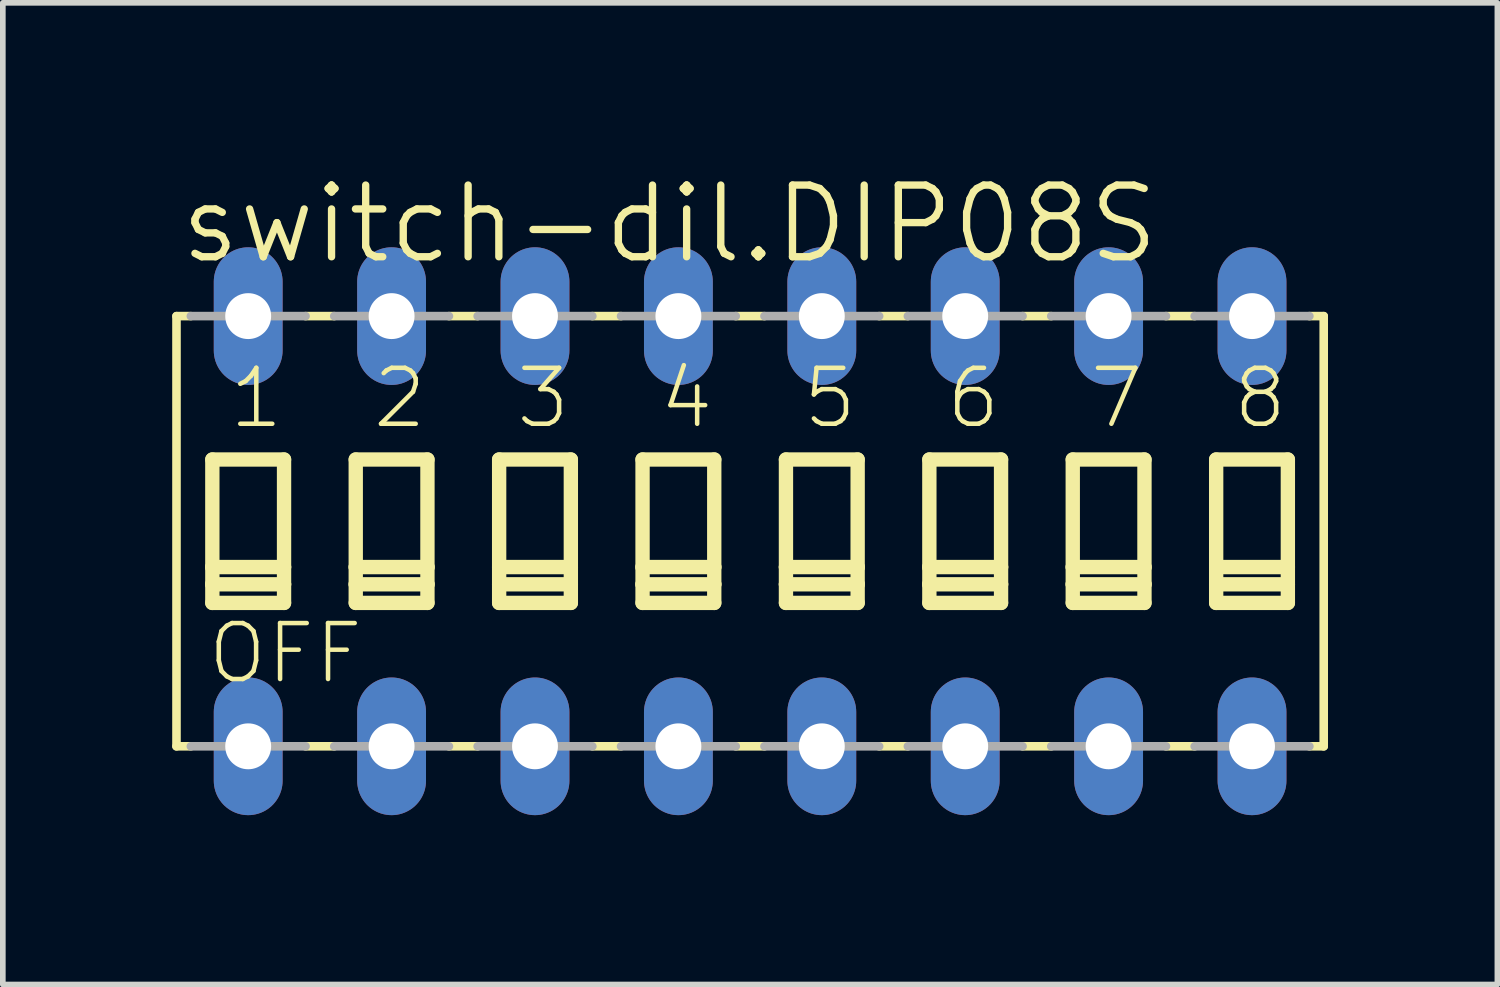
<source format=kicad_pcb>
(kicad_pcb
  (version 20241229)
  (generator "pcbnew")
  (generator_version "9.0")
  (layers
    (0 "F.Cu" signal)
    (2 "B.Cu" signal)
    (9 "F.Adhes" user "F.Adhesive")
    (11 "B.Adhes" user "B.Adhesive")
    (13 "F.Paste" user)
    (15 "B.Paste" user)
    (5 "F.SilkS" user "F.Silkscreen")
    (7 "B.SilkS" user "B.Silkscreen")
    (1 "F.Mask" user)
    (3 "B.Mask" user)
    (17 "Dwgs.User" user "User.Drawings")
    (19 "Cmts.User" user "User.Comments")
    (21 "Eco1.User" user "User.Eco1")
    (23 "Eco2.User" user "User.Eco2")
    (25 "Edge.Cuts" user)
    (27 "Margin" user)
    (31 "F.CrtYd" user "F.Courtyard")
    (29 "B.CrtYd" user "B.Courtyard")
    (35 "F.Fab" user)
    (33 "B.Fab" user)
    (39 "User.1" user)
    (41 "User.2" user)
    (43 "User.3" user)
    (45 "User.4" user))
  (footprint "switch-dil.DIP08S"
    (layer "F.Cu")
    (at 10.236 6.359)
    (property "Reference" "switch-dil.DIP08S" (at -10.16 -4.699 0) (layer "F.SilkS") (effects (font (size 1.27 1.27) (thickness 0.13)) (justify left bottom)))
    (attr through_hole)
    (fp_line (start -10.16 3.81) (end -10.16 -3.81) (stroke (width 0.152) (type default)) (layer "F.SilkS"))
    (fp_line (start -9.906 -3.81) (end -10.16 -3.81) (stroke (width 0.152) (type default)) (layer "F.SilkS"))
    (fp_line (start -9.906 3.81) (end -10.16 3.81) (stroke (width 0.152) (type default)) (layer "F.SilkS"))
    (fp_line (start -9.525 -1.27) (end -9.525 0.635) (stroke (width 0.254) (type default)) (layer "F.SilkS"))
    (fp_line (start -9.525 0.635) (end -9.525 0.94) (stroke (width 0.254) (type default)) (layer "F.SilkS"))
    (fp_line (start -9.525 0.635) (end -8.255 0.635) (stroke (width 0.254) (type default)) (layer "F.SilkS"))
    (fp_line (start -9.525 0.94) (end -9.525 1.27) (stroke (width 0.254) (type default)) (layer "F.SilkS"))
    (fp_line (start -9.525 0.94) (end -8.255 0.94) (stroke (width 0.254) (type default)) (layer "F.SilkS"))
    (fp_line (start -9.525 1.27) (end -8.255 1.27) (stroke (width 0.254) (type default)) (layer "F.SilkS"))
    (fp_line (start -8.255 -1.27) (end -9.525 -1.27) (stroke (width 0.254) (type default)) (layer "F.SilkS"))
    (fp_line (start -8.255 0.635) (end -8.255 -1.27) (stroke (width 0.254) (type default)) (layer "F.SilkS"))
    (fp_line (start -8.255 0.94) (end -8.255 0.635) (stroke (width 0.254) (type default)) (layer "F.SilkS"))
    (fp_line (start -8.255 1.27) (end -8.255 0.94) (stroke (width 0.254) (type default)) (layer "F.SilkS"))
    (fp_line (start -7.874 -3.81) (end -7.366 -3.81) (stroke (width 0.152) (type default)) (layer "F.SilkS"))
    (fp_line (start -7.874 3.81) (end -7.366 3.81) (stroke (width 0.152) (type default)) (layer "F.SilkS"))
    (fp_line (start -6.985 -1.27) (end -6.985 0.635) (stroke (width 0.254) (type default)) (layer "F.SilkS"))
    (fp_line (start -6.985 0.635) (end -6.985 0.94) (stroke (width 0.254) (type default)) (layer "F.SilkS"))
    (fp_line (start -6.985 0.635) (end -5.715 0.635) (stroke (width 0.254) (type default)) (layer "F.SilkS"))
    (fp_line (start -6.985 0.94) (end -6.985 1.27) (stroke (width 0.254) (type default)) (layer "F.SilkS"))
    (fp_line (start -6.985 0.94) (end -5.715 0.94) (stroke (width 0.254) (type default)) (layer "F.SilkS"))
    (fp_line (start -6.985 1.27) (end -5.715 1.27) (stroke (width 0.254) (type default)) (layer "F.SilkS"))
    (fp_line (start -5.715 -1.27) (end -6.985 -1.27) (stroke (width 0.254) (type default)) (layer "F.SilkS"))
    (fp_line (start -5.715 0.635) (end -5.715 -1.27) (stroke (width 0.254) (type default)) (layer "F.SilkS"))
    (fp_line (start -5.715 0.94) (end -5.715 0.635) (stroke (width 0.254) (type default)) (layer "F.SilkS"))
    (fp_line (start -5.715 1.27) (end -5.715 0.94) (stroke (width 0.254) (type default)) (layer "F.SilkS"))
    (fp_line (start -5.334 -3.81) (end -4.826 -3.81) (stroke (width 0.152) (type default)) (layer "F.SilkS"))
    (fp_line (start -5.334 3.81) (end -4.826 3.81) (stroke (width 0.152) (type default)) (layer "F.SilkS"))
    (fp_line (start -4.445 -1.27) (end -4.445 0.635) (stroke (width 0.254) (type default)) (layer "F.SilkS"))
    (fp_line (start -4.445 0.635) (end -4.445 0.94) (stroke (width 0.254) (type default)) (layer "F.SilkS"))
    (fp_line (start -4.445 0.635) (end -3.175 0.635) (stroke (width 0.254) (type default)) (layer "F.SilkS"))
    (fp_line (start -4.445 0.94) (end -4.445 1.27) (stroke (width 0.254) (type default)) (layer "F.SilkS"))
    (fp_line (start -4.445 0.94) (end -3.175 0.94) (stroke (width 0.254) (type default)) (layer "F.SilkS"))
    (fp_line (start -4.445 1.27) (end -3.175 1.27) (stroke (width 0.254) (type default)) (layer "F.SilkS"))
    (fp_line (start -3.175 -1.27) (end -4.445 -1.27) (stroke (width 0.254) (type default)) (layer "F.SilkS"))
    (fp_line (start -3.175 0.635) (end -3.175 -1.27) (stroke (width 0.254) (type default)) (layer "F.SilkS"))
    (fp_line (start -3.175 0.94) (end -3.175 0.635) (stroke (width 0.254) (type default)) (layer "F.SilkS"))
    (fp_line (start -3.175 1.27) (end -3.175 0.94) (stroke (width 0.254) (type default)) (layer "F.SilkS"))
    (fp_line (start -2.794 -3.81) (end -2.286 -3.81) (stroke (width 0.152) (type default)) (layer "F.SilkS"))
    (fp_line (start -2.794 3.81) (end -2.286 3.81) (stroke (width 0.152) (type default)) (layer "F.SilkS"))
    (fp_line (start -1.905 -1.27) (end -1.905 0.635) (stroke (width 0.254) (type default)) (layer "F.SilkS"))
    (fp_line (start -1.905 0.635) (end -1.905 0.94) (stroke (width 0.254) (type default)) (layer "F.SilkS"))
    (fp_line (start -1.905 0.635) (end -0.635 0.635) (stroke (width 0.254) (type default)) (layer "F.SilkS"))
    (fp_line (start -1.905 0.94) (end -1.905 1.27) (stroke (width 0.254) (type default)) (layer "F.SilkS"))
    (fp_line (start -1.905 0.94) (end -0.635 0.94) (stroke (width 0.254) (type default)) (layer "F.SilkS"))
    (fp_line (start -1.905 1.27) (end -0.635 1.27) (stroke (width 0.254) (type default)) (layer "F.SilkS"))
    (fp_line (start -0.635 -1.27) (end -1.905 -1.27) (stroke (width 0.254) (type default)) (layer "F.SilkS"))
    (fp_line (start -0.635 0.635) (end -0.635 -1.27) (stroke (width 0.254) (type default)) (layer "F.SilkS"))
    (fp_line (start -0.635 0.94) (end -0.635 0.635) (stroke (width 0.254) (type default)) (layer "F.SilkS"))
    (fp_line (start -0.635 1.27) (end -0.635 0.94) (stroke (width 0.254) (type default)) (layer "F.SilkS"))
    (fp_line (start 0.254 -3.81) (end -0.254 -3.81) (stroke (width 0.152) (type default)) (layer "F.SilkS"))
    (fp_line (start 0.254 3.81) (end -0.254 3.81) (stroke (width 0.152) (type default)) (layer "F.SilkS"))
    (fp_line (start 0.635 -1.27) (end 0.635 0.635) (stroke (width 0.254) (type default)) (layer "F.SilkS"))
    (fp_line (start 0.635 0.635) (end 0.635 0.94) (stroke (width 0.254) (type default)) (layer "F.SilkS"))
    (fp_line (start 0.635 0.635) (end 1.905 0.635) (stroke (width 0.254) (type default)) (layer "F.SilkS"))
    (fp_line (start 0.635 0.94) (end 0.635 1.27) (stroke (width 0.254) (type default)) (layer "F.SilkS"))
    (fp_line (start 0.635 0.94) (end 1.905 0.94) (stroke (width 0.254) (type default)) (layer "F.SilkS"))
    (fp_line (start 0.635 1.27) (end 1.905 1.27) (stroke (width 0.254) (type default)) (layer "F.SilkS"))
    (fp_line (start 1.905 -1.27) (end 0.635 -1.27) (stroke (width 0.254) (type default)) (layer "F.SilkS"))
    (fp_line (start 1.905 0.635) (end 1.905 -1.27) (stroke (width 0.254) (type default)) (layer "F.SilkS"))
    (fp_line (start 1.905 0.94) (end 1.905 0.635) (stroke (width 0.254) (type default)) (layer "F.SilkS"))
    (fp_line (start 1.905 1.27) (end 1.905 0.94) (stroke (width 0.254) (type default)) (layer "F.SilkS"))
    (fp_line (start 2.286 -3.81) (end 2.794 -3.81) (stroke (width 0.152) (type default)) (layer "F.SilkS"))
    (fp_line (start 2.286 3.81) (end 2.794 3.81) (stroke (width 0.152) (type default)) (layer "F.SilkS"))
    (fp_line (start 3.175 -1.27) (end 3.175 0.635) (stroke (width 0.254) (type default)) (layer "F.SilkS"))
    (fp_line (start 3.175 0.635) (end 3.175 0.94) (stroke (width 0.254) (type default)) (layer "F.SilkS"))
    (fp_line (start 3.175 0.635) (end 4.445 0.635) (stroke (width 0.254) (type default)) (layer "F.SilkS"))
    (fp_line (start 3.175 0.94) (end 3.175 1.27) (stroke (width 0.254) (type default)) (layer "F.SilkS"))
    (fp_line (start 3.175 0.94) (end 4.445 0.94) (stroke (width 0.254) (type default)) (layer "F.SilkS"))
    (fp_line (start 3.175 1.27) (end 4.445 1.27) (stroke (width 0.254) (type default)) (layer "F.SilkS"))
    (fp_line (start 4.445 -1.27) (end 3.175 -1.27) (stroke (width 0.254) (type default)) (layer "F.SilkS"))
    (fp_line (start 4.445 0.635) (end 4.445 -1.27) (stroke (width 0.254) (type default)) (layer "F.SilkS"))
    (fp_line (start 4.445 0.94) (end 4.445 0.635) (stroke (width 0.254) (type default)) (layer "F.SilkS"))
    (fp_line (start 4.445 1.27) (end 4.445 0.94) (stroke (width 0.254) (type default)) (layer "F.SilkS"))
    (fp_line (start 4.826 -3.81) (end 5.334 -3.81) (stroke (width 0.152) (type default)) (layer "F.SilkS"))
    (fp_line (start 4.826 3.81) (end 5.334 3.81) (stroke (width 0.152) (type default)) (layer "F.SilkS"))
    (fp_line (start 5.715 -1.27) (end 5.715 0.635) (stroke (width 0.254) (type default)) (layer "F.SilkS"))
    (fp_line (start 5.715 0.635) (end 5.715 0.94) (stroke (width 0.254) (type default)) (layer "F.SilkS"))
    (fp_line (start 5.715 0.635) (end 6.985 0.635) (stroke (width 0.254) (type default)) (layer "F.SilkS"))
    (fp_line (start 5.715 0.94) (end 5.715 1.27) (stroke (width 0.254) (type default)) (layer "F.SilkS"))
    (fp_line (start 5.715 0.94) (end 6.985 0.94) (stroke (width 0.254) (type default)) (layer "F.SilkS"))
    (fp_line (start 5.715 1.27) (end 6.985 1.27) (stroke (width 0.254) (type default)) (layer "F.SilkS"))
    (fp_line (start 6.985 -1.27) (end 5.715 -1.27) (stroke (width 0.254) (type default)) (layer "F.SilkS"))
    (fp_line (start 6.985 0.635) (end 6.985 -1.27) (stroke (width 0.254) (type default)) (layer "F.SilkS"))
    (fp_line (start 6.985 0.94) (end 6.985 0.635) (stroke (width 0.254) (type default)) (layer "F.SilkS"))
    (fp_line (start 6.985 1.27) (end 6.985 0.94) (stroke (width 0.254) (type default)) (layer "F.SilkS"))
    (fp_line (start 7.366 -3.81) (end 7.874 -3.81) (stroke (width 0.152) (type default)) (layer "F.SilkS"))
    (fp_line (start 7.366 3.81) (end 7.874 3.81) (stroke (width 0.152) (type default)) (layer "F.SilkS"))
    (fp_line (start 8.255 -1.27) (end 8.255 0.635) (stroke (width 0.254) (type default)) (layer "F.SilkS"))
    (fp_line (start 8.255 0.635) (end 8.255 0.94) (stroke (width 0.254) (type default)) (layer "F.SilkS"))
    (fp_line (start 8.255 0.635) (end 9.525 0.635) (stroke (width 0.254) (type default)) (layer "F.SilkS"))
    (fp_line (start 8.255 0.94) (end 8.255 1.27) (stroke (width 0.254) (type default)) (layer "F.SilkS"))
    (fp_line (start 8.255 0.94) (end 9.525 0.94) (stroke (width 0.254) (type default)) (layer "F.SilkS"))
    (fp_line (start 8.255 1.27) (end 9.525 1.27) (stroke (width 0.254) (type default)) (layer "F.SilkS"))
    (fp_line (start 9.525 -1.27) (end 8.255 -1.27) (stroke (width 0.254) (type default)) (layer "F.SilkS"))
    (fp_line (start 9.525 0.635) (end 9.525 -1.27) (stroke (width 0.254) (type default)) (layer "F.SilkS"))
    (fp_line (start 9.525 0.94) (end 9.525 0.635) (stroke (width 0.254) (type default)) (layer "F.SilkS"))
    (fp_line (start 9.525 1.27) (end 9.525 0.94) (stroke (width 0.254) (type default)) (layer "F.SilkS"))
    (fp_line (start 9.906 -3.81) (end 10.16 -3.81) (stroke (width 0.152) (type default)) (layer "F.SilkS"))
    (fp_line (start 9.906 3.81) (end 10.16 3.81) (stroke (width 0.152) (type default)) (layer "F.SilkS"))
    (fp_line (start 10.16 -3.81) (end 10.16 3.81) (stroke (width 0.152) (type default)) (layer "F.SilkS"))
    (fp_line (start -9.906 -3.81) (end -7.874 -3.81) (stroke (width 0.152) (type default)) (layer "F.Fab"))
    (fp_line (start -7.874 3.81) (end -9.906 3.81) (stroke (width 0.152) (type default)) (layer "F.Fab"))
    (fp_line (start -7.366 -3.81) (end -5.334 -3.81) (stroke (width 0.152) (type default)) (layer "F.Fab"))
    (fp_line (start -7.366 3.81) (end -5.334 3.81) (stroke (width 0.152) (type default)) (layer "F.Fab"))
    (fp_line (start -4.826 -3.81) (end -2.794 -3.81) (stroke (width 0.152) (type default)) (layer "F.Fab"))
    (fp_line (start -4.826 3.81) (end -2.794 3.81) (stroke (width 0.152) (type default)) (layer "F.Fab"))
    (fp_line (start -2.286 -3.81) (end -0.254 -3.81) (stroke (width 0.152) (type default)) (layer "F.Fab"))
    (fp_line (start -2.286 3.81) (end -0.254 3.81) (stroke (width 0.152) (type default)) (layer "F.Fab"))
    (fp_line (start 0.254 -3.81) (end 2.286 -3.81) (stroke (width 0.152) (type default)) (layer "F.Fab"))
    (fp_line (start 2.286 3.81) (end 0.254 3.81) (stroke (width 0.152) (type default)) (layer "F.Fab"))
    (fp_line (start 2.794 -3.81) (end 4.826 -3.81) (stroke (width 0.152) (type default)) (layer "F.Fab"))
    (fp_line (start 2.794 3.81) (end 4.826 3.81) (stroke (width 0.152) (type default)) (layer "F.Fab"))
    (fp_line (start 5.334 -3.81) (end 7.366 -3.81) (stroke (width 0.152) (type default)) (layer "F.Fab"))
    (fp_line (start 5.334 3.81) (end 7.366 3.81) (stroke (width 0.152) (type default)) (layer "F.Fab"))
    (fp_line (start 7.874 -3.81) (end 9.906 -3.81) (stroke (width 0.152) (type default)) (layer "F.Fab"))
    (fp_line (start 7.874 3.81) (end 9.906 3.81) (stroke (width 0.152) (type default)) (layer "F.Fab"))
    (fp_text user "4" (at -1.651 -1.778 0) (layer "F.SilkS") (effects (font (size 0.991 0.991) (thickness 0.08)) (justify left bottom)))
    (fp_text user "7" (at 5.969 -1.778 0) (layer "F.SilkS") (effects (font (size 0.991 0.991) (thickness 0.08)) (justify left bottom)))
    (fp_text user "5" (at 0.889 -1.778 0) (layer "F.SilkS") (effects (font (size 0.991 0.991) (thickness 0.08)) (justify left bottom)))
    (fp_text user "3" (at -4.191 -1.778 0) (layer "F.SilkS") (effects (font (size 0.991 0.991) (thickness 0.08)) (justify left bottom)))
    (fp_text user "6" (at 3.429 -1.778 0) (layer "F.SilkS") (effects (font (size 0.991 0.991) (thickness 0.08)) (justify left bottom)))
    (fp_text user "OFF" (at -9.652 2.743 0) (layer "F.SilkS") (effects (font (size 0.991 0.991) (thickness 0.08)) (justify left bottom)))
    (fp_text user "2" (at -6.731 -1.778 0) (layer "F.SilkS") (effects (font (size 0.991 0.991) (thickness 0.08)) (justify left bottom)))
    (fp_text user "8" (at 8.509 -1.778 0) (layer "F.SilkS") (effects (font (size 0.991 0.991) (thickness 0.08)) (justify left bottom)))
    (fp_text user "1" (at -9.271 -1.778 0) (layer "F.SilkS") (effects (font (size 0.991 0.991) (thickness 0.08)) (justify left bottom)))
    (pad "1" thru_hole oval (at -8.89 3.81 90) (size 2.438 1.219) (drill 0.813) (layers "*.Cu" "*.Mask"))
    (pad "2" thru_hole oval (at -6.35 3.81 90) (size 2.438 1.219) (drill 0.813) (layers "*.Cu" "*.Mask"))
    (pad "3" thru_hole oval (at -3.81 3.81 90) (size 2.438 1.219) (drill 0.813) (layers "*.Cu" "*.Mask"))
    (pad "4" thru_hole oval (at -1.27 3.81 90) (size 2.438 1.219) (drill 0.813) (layers "*.Cu" "*.Mask"))
    (pad "5" thru_hole oval (at 1.27 3.81 90) (size 2.438 1.219) (drill 0.813) (layers "*.Cu" "*.Mask"))
    (pad "6" thru_hole oval (at 3.81 3.81 90) (size 2.438 1.219) (drill 0.813) (layers "*.Cu" "*.Mask"))
    (pad "7" thru_hole oval (at 6.35 3.81 90) (size 2.438 1.219) (drill 0.813) (layers "*.Cu" "*.Mask"))
    (pad "8" thru_hole oval (at 8.89 3.81 90) (size 2.438 1.219) (drill 0.813) (layers "*.Cu" "*.Mask"))
    (pad "9" thru_hole oval (at 8.89 -3.81 90) (size 2.438 1.219) (drill 0.813) (layers "*.Cu" "*.Mask"))
    (pad "10" thru_hole oval (at 6.35 -3.81 90) (size 2.438 1.219) (drill 0.813) (layers "*.Cu" "*.Mask"))
    (pad "11" thru_hole oval (at 3.81 -3.81 90) (size 2.438 1.219) (drill 0.813) (layers "*.Cu" "*.Mask"))
    (pad "12" thru_hole oval (at 1.27 -3.81 90) (size 2.438 1.219) (drill 0.813) (layers "*.Cu" "*.Mask"))
    (pad "13" thru_hole oval (at -1.27 -3.81 90) (size 2.438 1.219) (drill 0.813) (layers "*.Cu" "*.Mask"))
    (pad "14" thru_hole oval (at -3.81 -3.81 90) (size 2.438 1.219) (drill 0.813) (layers "*.Cu" "*.Mask"))
    (pad "15" thru_hole oval (at -6.35 -3.81 90) (size 2.438 1.219) (drill 0.813) (layers "*.Cu" "*.Mask"))
    (pad "16" thru_hole oval (at -8.89 -3.81 90) (size 2.438 1.219) (drill 0.813) (layers "*.Cu" "*.Mask")))
  (gr_rect
    (start -3 -3)
    (end 23.472 14.388)
    (stroke (width 0.1) (type default))
    (fill no)
    (layer "Edge.Cuts")))
</source>
